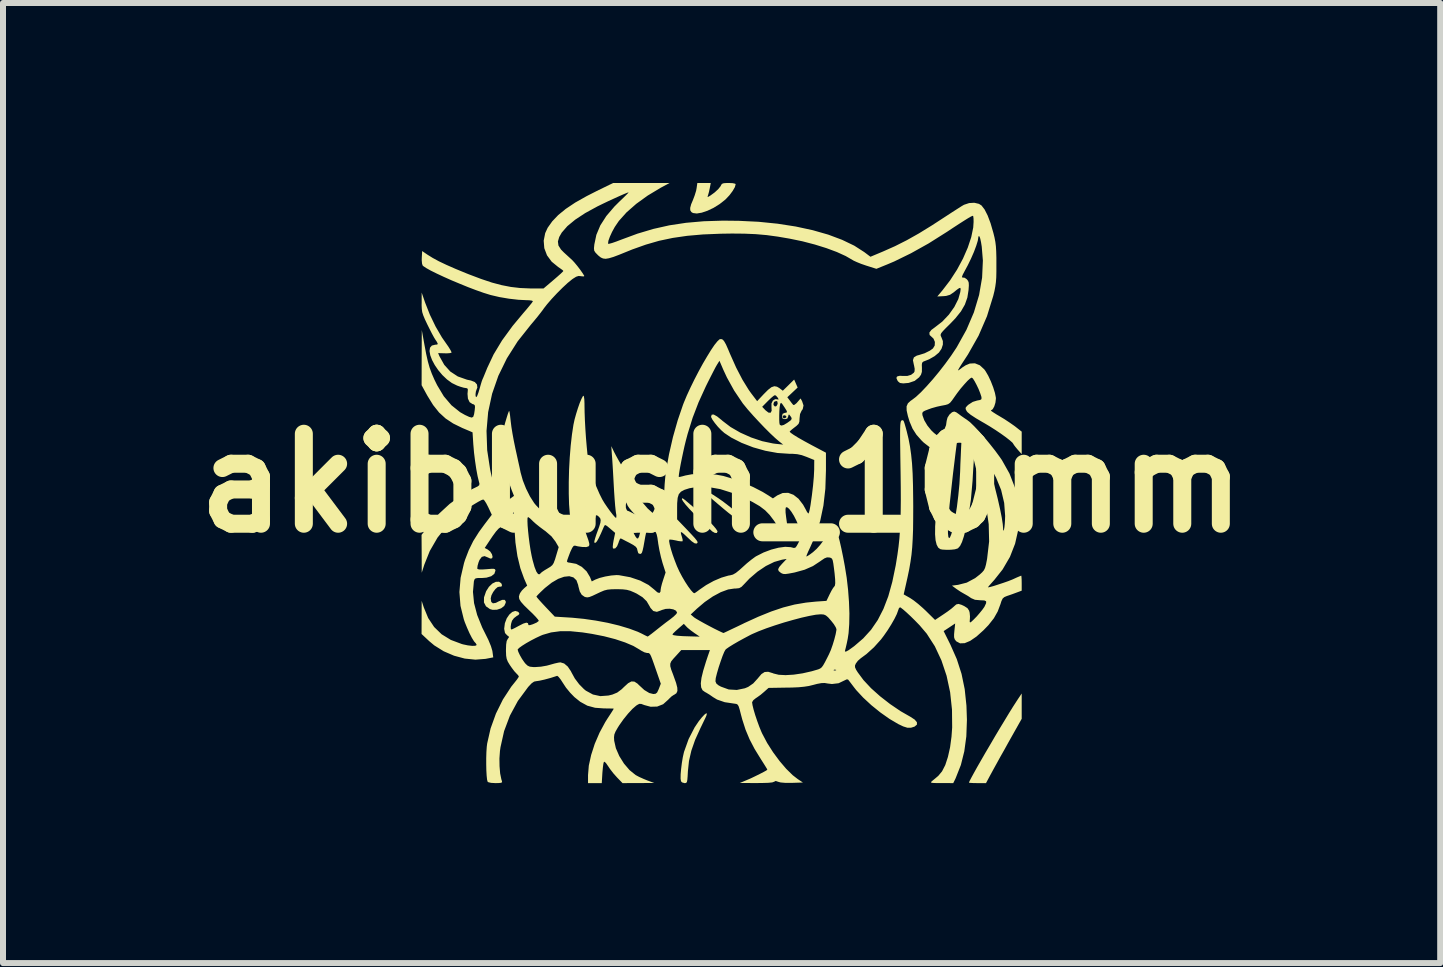
<source format=kicad_pcb>
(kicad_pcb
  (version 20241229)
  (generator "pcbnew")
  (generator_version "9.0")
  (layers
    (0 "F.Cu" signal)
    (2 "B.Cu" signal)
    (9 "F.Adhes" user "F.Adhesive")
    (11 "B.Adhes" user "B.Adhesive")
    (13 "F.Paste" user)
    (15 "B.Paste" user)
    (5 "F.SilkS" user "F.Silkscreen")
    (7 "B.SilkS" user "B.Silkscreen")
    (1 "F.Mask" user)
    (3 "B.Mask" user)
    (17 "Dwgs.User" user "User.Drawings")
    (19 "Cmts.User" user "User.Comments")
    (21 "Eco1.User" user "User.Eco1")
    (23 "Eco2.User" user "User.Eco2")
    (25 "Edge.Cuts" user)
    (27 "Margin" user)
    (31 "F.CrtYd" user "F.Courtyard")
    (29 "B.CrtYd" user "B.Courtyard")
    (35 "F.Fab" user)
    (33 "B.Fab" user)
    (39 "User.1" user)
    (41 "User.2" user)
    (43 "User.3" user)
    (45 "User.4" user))
  (footprint "akiblush_10mm"
    (layer "F.Cu")
    (at 8.979 5.002)
    (property "Reference" "akiblush_10mm" (at 0 0 0) (layer "F.SilkS") (effects (font (size 1.5 1.5) (thickness 0.3))))
    (attr board_only exclude_from_pos_files exclude_from_bom)
    (fp_poly (pts (xy -0.646 0.257) (xy -0.623 0.273) (xy -0.577 0.311) (xy -0.515 0.364) (xy -0.442 0.427) (xy -0.365 0.496) (xy -0.29 0.565) (xy -0.222 0.628) (xy -0.168 0.679) (xy -0.138 0.711) (xy -0.098 0.758) (xy -0.073 0.795) (xy -0.068 0.809) (xy -0.081 0.833) (xy -0.113 0.831) (xy -0.156 0.807) (xy -0.188 0.777) (xy -0.23 0.735) (xy -0.29 0.676) (xy -0.357 0.611) (xy -0.383 0.587) (xy -0.466 0.506) (xy -0.539 0.43) (xy -0.598 0.363) (xy -0.64 0.309) (xy -0.662 0.272) (xy -0.66 0.255)) (stroke (width 0) (type solid)) (fill yes) (layer "F.SilkS"))
    (fp_poly (pts (xy -0.252 0.136) (xy -0.209 0.156) (xy -0.147 0.193) (xy -0.073 0.241) (xy 0.008 0.297) (xy 0.089 0.358) (xy 0.165 0.418) (xy 0.167 0.42) (xy 0.227 0.47) (xy 0.274 0.51) (xy 0.301 0.532) (xy 0.305 0.536) (xy 0.312 0.553) (xy 0.321 0.581) (xy 0.325 0.615) (xy 0.307 0.624) (xy 0.267 0.607) (xy 0.202 0.564) (xy 0.112 0.495) (xy 0.038 0.434) (xy -0.071 0.342) (xy -0.153 0.272) (xy -0.21 0.219) (xy -0.247 0.182) (xy -0.266 0.156) (xy -0.271 0.139) (xy -0.27 0.136)) (stroke (width 0) (type solid)) (fill yes) (layer "F.SilkS"))
    (fp_poly (pts (xy 5.002 3.719) (xy 5.002 3.93) (xy 4.78 4.324) (xy 4.712 4.447) (xy 4.644 4.567) (xy 4.583 4.678) (xy 4.531 4.772) (xy 4.493 4.842) (xy 4.483 4.86) (xy 4.407 5.002) (xy 4.265 5.002) (xy 4.196 5.001) (xy 4.146 4.998) (xy 4.123 4.995) (xy 4.123 4.994) (xy 4.132 4.97) (xy 4.16 4.916) (xy 4.203 4.837) (xy 4.258 4.738) (xy 4.324 4.623) (xy 4.397 4.496) (xy 4.476 4.362) (xy 4.556 4.225) (xy 4.637 4.089) (xy 4.716 3.959) (xy 4.789 3.838) (xy 4.855 3.732) (xy 4.911 3.645) (xy 4.937 3.605) (xy 5.002 3.508)) (stroke (width 0) (type solid)) (fill yes) (layer "F.SilkS"))
    (fp_poly (pts (xy -0.246 3.844) (xy -0.253 3.874) (xy -0.269 3.911) (xy -0.298 3.971) (xy -0.334 4.046) (xy -0.352 4.083) (xy -0.442 4.281) (xy -0.505 4.462) (xy -0.544 4.632) (xy -0.562 4.802) (xy -0.567 4.892) (xy -0.572 4.95) (xy -0.579 4.983) (xy -0.591 4.998) (xy -0.609 5.002) (xy -0.619 5.002) (xy -0.66 4.99) (xy -0.677 4.971) (xy -0.684 4.927) (xy -0.683 4.855) (xy -0.675 4.765) (xy -0.663 4.667) (xy -0.647 4.57) (xy -0.628 4.486) (xy -0.626 4.479) (xy -0.55 4.267) (xy -0.45 4.073) (xy -0.38 3.969) (xy -0.327 3.903) (xy -0.285 3.859) (xy -0.257 3.838)) (stroke (width 0) (type solid)) (fill yes) (layer "F.SilkS"))
    (fp_poly (pts (xy -3.674 1.67) (xy -3.66 1.703) (xy -3.672 1.727) (xy -3.7 1.727) (xy -3.733 1.734) (xy -3.771 1.767) (xy -3.808 1.816) (xy -3.837 1.871) (xy -3.849 1.923) (xy -3.849 1.926) (xy -3.84 1.982) (xy -3.812 2.005) (xy -3.763 1.997) (xy -3.719 1.974) (xy -3.657 1.947) (xy -3.616 1.947) (xy -3.598 1.974) (xy -3.599 1.996) (xy -3.624 2.049) (xy -3.677 2.089) (xy -3.746 2.112) (xy -3.82 2.113) (xy -3.862 2.101) (xy -3.928 2.055) (xy -3.962 1.99) (xy -3.961 1.906) (xy -3.927 1.807) (xy -3.926 1.804) (xy -3.879 1.73) (xy -3.823 1.676) (xy -3.765 1.647) (xy -3.711 1.645)) (stroke (width 0) (type solid)) (fill yes) (layer "F.SilkS"))
    (fp_poly (pts (xy -0.197 -4.919) (xy -0.21 -4.857) (xy -0.224 -4.806) (xy -0.227 -4.797) (xy -0.235 -4.772) (xy -0.227 -4.769) (xy -0.195 -4.788) (xy -0.185 -4.794) (xy -0.114 -4.846) (xy -0.055 -4.901) (xy -0.016 -4.95) (xy -0.009 -4.966) (xy 0.005 -4.987) (xy 0.035 -4.998) (xy 0.092 -5.002) (xy 0.119 -5.002) (xy 0.183 -4.999) (xy 0.224 -4.99) (xy 0.234 -4.982) (xy 0.221 -4.933) (xy 0.184 -4.869) (xy 0.131 -4.798) (xy 0.069 -4.732) (xy 0.058 -4.722) (xy -0.035 -4.649) (xy -0.135 -4.587) (xy -0.236 -4.539) (xy -0.331 -4.507) (xy -0.414 -4.493) (xy -0.477 -4.501) (xy -0.504 -4.517) (xy -0.523 -4.547) (xy -0.524 -4.587) (xy -0.508 -4.647) (xy -0.478 -4.718) (xy -0.449 -4.795) (xy -0.425 -4.873) (xy -0.417 -4.916) (xy -0.405 -5.002) (xy -0.293 -5.002) (xy -0.181 -5.002)) (stroke (width 0) (type solid)) (fill yes) (layer "F.SilkS"))
    (fp_poly (pts (xy -1.339 -5.002) (xy -0.869 -5.001) (xy -1.016 -4.922) (xy -1.232 -4.792) (xy -1.422 -4.655) (xy -1.584 -4.513) (xy -1.713 -4.369) (xy -1.781 -4.269) (xy -1.827 -4.185) (xy -1.863 -4.106) (xy -1.887 -4.04) (xy -1.893 -3.995) (xy -1.892 -3.988) (xy -1.872 -3.989) (xy -1.824 -4.002) (xy -1.755 -4.026) (xy -1.671 -4.058) (xy -1.671 -4.058) (xy -1.403 -4.157) (xy -1.138 -4.236) (xy -0.871 -4.296) (xy -0.593 -4.338) (xy -0.297 -4.364) (xy 0.023 -4.374) (xy 0.288 -4.371) (xy 0.617 -4.355) (xy 0.934 -4.323) (xy 1.236 -4.276) (xy 1.518 -4.215) (xy 1.777 -4.141) (xy 2.009 -4.054) (xy 2.211 -3.957) (xy 2.379 -3.849) (xy 2.38 -3.848) (xy 2.481 -3.772) (xy 2.691 -3.86) (xy 2.891 -3.949) (xy 3.087 -4.048) (xy 3.288 -4.161) (xy 3.504 -4.294) (xy 3.644 -4.385) (xy 3.75 -4.454) (xy 3.848 -4.518) (xy 3.934 -4.573) (xy 4 -4.615) (xy 4.041 -4.639) (xy 4.045 -4.64) (xy 4.126 -4.667) (xy 4.212 -4.672) (xy 4.289 -4.654) (xy 4.332 -4.627) (xy 4.383 -4.561) (xy 4.434 -4.461) (xy 4.483 -4.331) (xy 4.528 -4.176) (xy 4.529 -4.173) (xy 4.549 -4.092) (xy 4.563 -4.019) (xy 4.572 -3.946) (xy 4.577 -3.862) (xy 4.58 -3.757) (xy 4.58 -3.654) (xy 4.58 -3.527) (xy 4.578 -3.428) (xy 4.572 -3.348) (xy 4.562 -3.276) (xy 4.548 -3.202) (xy 4.527 -3.117) (xy 4.423 -2.78) (xy 4.283 -2.456) (xy 4.106 -2.143) (xy 4.051 -2.059) (xy 4.003 -1.986) (xy 3.966 -1.927) (xy 3.944 -1.888) (xy 3.939 -1.876) (xy 3.96 -1.887) (xy 3.998 -1.915) (xy 4.008 -1.924) (xy 4.068 -1.963) (xy 4.135 -1.991) (xy 4.137 -1.992) (xy 4.222 -1.996) (xy 4.304 -1.963) (xy 4.378 -1.895) (xy 4.399 -1.866) (xy 4.444 -1.789) (xy 4.488 -1.695) (xy 4.527 -1.595) (xy 4.556 -1.502) (xy 4.571 -1.427) (xy 4.572 -1.407) (xy 4.564 -1.34) (xy 4.545 -1.278) (xy 4.519 -1.231) (xy 4.49 -1.211) (xy 4.488 -1.211) (xy 4.494 -1.202) (xy 4.527 -1.179) (xy 4.582 -1.144) (xy 4.626 -1.118) (xy 4.713 -1.066) (xy 4.802 -1.007) (xy 4.878 -0.954) (xy 4.894 -0.942) (xy 5.002 -0.857) (xy 5.002 -0.67) (xy 5.002 -0.482) (xy 4.934 -0.558) (xy 4.896 -0.604) (xy 4.871 -0.637) (xy 4.866 -0.647) (xy 4.849 -0.672) (xy 4.805 -0.711) (xy 4.739 -0.763) (xy 4.657 -0.822) (xy 4.565 -0.884) (xy 4.469 -0.945) (xy 4.375 -1.001) (xy 4.357 -1.011) (xy 4.238 -1.081) (xy 4.151 -1.138) (xy 4.098 -1.182) (xy 4.084 -1.2) (xy 4.067 -1.235) (xy 4.07 -1.261) (xy 4.098 -1.292) (xy 4.115 -1.307) (xy 4.187 -1.353) (xy 4.258 -1.375) (xy 4.31 -1.385) (xy 4.331 -1.399) (xy 4.332 -1.426) (xy 4.329 -1.442) (xy 4.31 -1.499) (xy 4.283 -1.567) (xy 4.25 -1.636) (xy 4.217 -1.698) (xy 4.189 -1.742) (xy 4.17 -1.758) (xy 4.17 -1.758) (xy 4.143 -1.744) (xy 4.099 -1.704) (xy 4.045 -1.645) (xy 3.984 -1.574) (xy 3.925 -1.497) (xy 3.886 -1.442) (xy 3.841 -1.378) (xy 3.808 -1.338) (xy 3.775 -1.315) (xy 3.733 -1.302) (xy 3.67 -1.29) (xy 3.669 -1.29) (xy 3.59 -1.273) (xy 3.501 -1.248) (xy 3.451 -1.23) (xy 3.389 -1.206) (xy 3.356 -1.187) (xy 3.345 -1.166) (xy 3.347 -1.135) (xy 3.349 -1.126) (xy 3.378 -1.046) (xy 3.43 -0.958) (xy 3.496 -0.877) (xy 3.541 -0.834) (xy 3.586 -0.799) (xy 3.613 -0.787) (xy 3.635 -0.795) (xy 3.656 -0.812) (xy 3.707 -0.879) (xy 3.741 -0.964) (xy 3.751 -1.036) (xy 3.765 -1.09) (xy 3.798 -1.142) (xy 3.841 -1.18) (xy 3.876 -1.192) (xy 3.91 -1.18) (xy 3.95 -1.152) (xy 3.994 -1.119) (xy 4.053 -1.078) (xy 4.085 -1.057) (xy 4.139 -1.016) (xy 4.209 -0.948) (xy 4.292 -0.86) (xy 4.382 -0.759) (xy 4.472 -0.65) (xy 4.559 -0.54) (xy 4.636 -0.435) (xy 4.672 -0.383) (xy 4.798 -0.159) (xy 4.888 0.072) (xy 4.942 0.308) (xy 4.961 0.546) (xy 4.944 0.781) (xy 4.892 1.011) (xy 4.806 1.231) (xy 4.684 1.44) (xy 4.546 1.614) (xy 4.496 1.67) (xy 4.458 1.713) (xy 4.44 1.736) (xy 4.439 1.739) (xy 4.474 1.733) (xy 4.536 1.716) (xy 4.613 1.691) (xy 4.698 1.663) (xy 4.778 1.635) (xy 4.844 1.609) (xy 4.86 1.602) (xy 4.923 1.573) (xy 4.971 1.553) (xy 4.994 1.544) (xy 4.995 1.544) (xy 4.998 1.561) (xy 5.001 1.608) (xy 5.002 1.669) (xy 5.002 1.794) (xy 4.919 1.825) (xy 4.846 1.852) (xy 4.771 1.878) (xy 4.758 1.882) (xy 4.713 1.901) (xy 4.685 1.925) (xy 4.664 1.968) (xy 4.648 2.019) (xy 4.602 2.141) (xy 4.538 2.254) (xy 4.448 2.368) (xy 4.365 2.454) (xy 4.248 2.559) (xy 4.143 2.631) (xy 4.052 2.669) (xy 3.975 2.672) (xy 3.914 2.64) (xy 3.907 2.633) (xy 3.885 2.604) (xy 3.875 2.57) (xy 3.875 2.52) (xy 3.88 2.465) (xy 3.893 2.341) (xy 3.797 2.405) (xy 3.701 2.468) (xy 3.814 2.695) (xy 3.92 2.935) (xy 3.999 3.18) (xy 4.052 3.436) (xy 4.081 3.712) (xy 4.089 3.947) (xy 4.079 4.223) (xy 4.045 4.473) (xy 3.988 4.7) (xy 3.905 4.91) (xy 3.897 4.929) (xy 3.861 5.002) (xy 3.665 5.001) (xy 3.576 5.001) (xy 3.521 4.999) (xy 3.494 4.994) (xy 3.49 4.986) (xy 3.502 4.972) (xy 3.512 4.964) (xy 3.557 4.927) (xy 3.609 4.883) (xy 3.614 4.878) (xy 3.674 4.806) (xy 3.728 4.701) (xy 3.772 4.566) (xy 3.808 4.406) (xy 3.832 4.227) (xy 3.843 4.074) (xy 3.84 3.776) (xy 3.809 3.487) (xy 3.75 3.213) (xy 3.664 2.956) (xy 3.554 2.721) (xy 3.419 2.511) (xy 3.3 2.371) (xy 3.224 2.293) (xy 3.15 2.22) (xy 3.081 2.156) (xy 3.025 2.107) (xy 2.986 2.077) (xy 2.973 2.071) (xy 2.955 2.088) (xy 2.941 2.127) (xy 2.92 2.185) (xy 2.881 2.264) (xy 2.828 2.357) (xy 2.767 2.454) (xy 2.703 2.546) (xy 2.656 2.608) (xy 2.539 2.738) (xy 2.414 2.851) (xy 2.319 2.921) (xy 2.271 2.963) (xy 2.237 3.009) (xy 2.223 3.042) (xy 2.224 3.072) (xy 2.241 3.111) (xy 2.27 3.157) (xy 2.365 3.285) (xy 2.491 3.42) (xy 2.641 3.554) (xy 2.808 3.684) (xy 2.985 3.804) (xy 3.146 3.896) (xy 3.218 3.943) (xy 3.255 3.987) (xy 3.256 4.026) (xy 3.219 4.058) (xy 3.213 4.061) (xy 3.156 4.079) (xy 3.097 4.079) (xy 3.027 4.057) (xy 2.945 4.018) (xy 2.799 3.932) (xy 2.646 3.824) (xy 2.496 3.703) (xy 2.359 3.576) (xy 2.244 3.452) (xy 2.207 3.405) (xy 2.163 3.347) (xy 2.128 3.301) (xy 2.108 3.276) (xy 2.108 3.275) (xy 2.084 3.273) (xy 2.048 3.29) (xy 1.95 3.337) (xy 1.839 3.35) (xy 1.771 3.342) (xy 1.717 3.333) (xy 1.662 3.335) (xy 1.592 3.348) (xy 1.531 3.364) (xy 1.454 3.383) (xy 1.375 3.395) (xy 1.283 3.404) (xy 1.168 3.409) (xy 1.08 3.41) (xy 0.782 3.415) (xy 0.707 3.482) (xy 0.649 3.531) (xy 0.59 3.573) (xy 0.57 3.586) (xy 0.529 3.619) (xy 0.509 3.651) (xy 0.508 3.656) (xy 0.515 3.703) (xy 0.533 3.777) (xy 0.56 3.868) (xy 0.593 3.966) (xy 0.628 4.062) (xy 0.662 4.145) (xy 0.676 4.176) (xy 0.759 4.333) (xy 0.858 4.488) (xy 0.966 4.634) (xy 1.077 4.764) (xy 1.185 4.87) (xy 1.269 4.935) (xy 1.355 4.992) (xy 1.171 4.998) (xy 1.062 4.998) (xy 0.983 4.991) (xy 0.943 4.98) (xy 0.902 4.966) (xy 0.875 4.979) (xy 0.845 4.99) (xy 0.778 4.997) (xy 0.675 5) (xy 0.577 5.001) (xy 0.303 5) (xy 0.41 4.955) (xy 0.483 4.924) (xy 0.56 4.887) (xy 0.635 4.85) (xy 0.699 4.817) (xy 0.744 4.792) (xy 0.762 4.778) (xy 0.762 4.778) (xy 0.752 4.758) (xy 0.725 4.714) (xy 0.686 4.652) (xy 0.657 4.607) (xy 0.55 4.433) (xy 0.466 4.272) (xy 0.399 4.112) (xy 0.344 3.941) (xy 0.322 3.859) (xy 0.301 3.777) (xy 0.285 3.725) (xy 0.269 3.696) (xy 0.249 3.683) (xy 0.221 3.678) (xy 0.212 3.677) (xy 0.051 3.653) (xy -0.076 3.609) (xy -0.142 3.569) (xy -0.201 3.528) (xy -0.257 3.494) (xy -0.278 3.483) (xy -0.318 3.454) (xy -0.341 3.407) (xy -0.347 3.34) (xy -0.343 3.305) (xy -0.103 3.305) (xy -0.088 3.342) (xy -0.052 3.372) (xy -0.011 3.394) (xy 0.118 3.441) (xy 0.253 3.449) (xy 0.388 3.421) (xy 0.443 3.398) (xy 0.527 3.34) (xy 0.607 3.252) (xy 0.607 3.251) (xy 0.664 3.184) (xy 0.717 3.15) (xy 0.776 3.146) (xy 0.852 3.169) (xy 0.866 3.175) (xy 0.952 3.196) (xy 1.066 3.202) (xy 1.201 3.194) (xy 1.35 3.172) (xy 1.504 3.137) (xy 1.558 3.121) (xy 1.865 3.121) (xy 1.884 3.125) (xy 1.909 3.121) (xy 1.909 3.114) (xy 1.883 3.11) (xy 1.872 3.113) (xy 1.865 3.121) (xy 1.558 3.121) (xy 1.573 3.117) (xy 1.613 3.105) (xy 1.644 3.091) (xy 1.669 3.071) (xy 1.693 3.038) (xy 1.723 2.985) (xy 1.763 2.907) (xy 1.789 2.855) (xy 1.82 2.785) (xy 1.851 2.697) (xy 1.879 2.605) (xy 1.901 2.519) (xy 1.913 2.453) (xy 1.914 2.436) (xy 1.902 2.404) (xy 1.871 2.353) (xy 1.826 2.296) (xy 1.824 2.294) (xy 1.775 2.238) (xy 1.738 2.207) (xy 1.704 2.192) (xy 1.66 2.188) (xy 1.648 2.188) (xy 1.569 2.195) (xy 1.461 2.215) (xy 1.332 2.244) (xy 1.189 2.282) (xy 1.038 2.325) (xy 0.887 2.373) (xy 0.744 2.422) (xy 0.616 2.471) (xy 0.51 2.517) (xy 0.485 2.529) (xy 0.383 2.583) (xy 0.284 2.637) (xy 0.196 2.688) (xy 0.125 2.732) (xy 0.078 2.765) (xy 0.064 2.778) (xy 0.043 2.816) (xy 0.015 2.884) (xy -0.016 2.972) (xy -0.049 3.071) (xy -0.078 3.171) (xy -0.098 3.251) (xy -0.103 3.305) (xy -0.343 3.305) (xy -0.336 3.248) (xy -0.307 3.129) (xy -0.261 2.978) (xy -0.254 2.957) (xy -0.229 2.882) (xy -0.209 2.824) (xy -0.197 2.79) (xy -0.196 2.784) (xy -0.214 2.784) (xy -0.264 2.784) (xy -0.338 2.784) (xy -0.428 2.784) (xy -0.434 2.784) (xy -0.673 2.784) (xy -0.751 2.87) (xy -0.805 2.929) (xy -0.84 2.972) (xy -0.856 3.011) (xy -0.856 3.053) (xy -0.84 3.111) (xy -0.809 3.192) (xy -0.798 3.223) (xy -0.759 3.332) (xy -0.739 3.411) (xy -0.737 3.466) (xy -0.754 3.504) (xy -0.789 3.528) (xy -0.798 3.532) (xy -0.834 3.556) (xy -0.877 3.597) (xy -0.889 3.61) (xy -0.975 3.687) (xy -1.074 3.726) (xy -1.184 3.729) (xy -1.288 3.701) (xy -1.339 3.682) (xy -1.373 3.681) (xy -1.407 3.699) (xy -1.425 3.711) (xy -1.487 3.765) (xy -1.56 3.844) (xy -1.636 3.938) (xy -1.706 4.037) (xy -1.73 4.075) (xy -1.768 4.141) (xy -1.788 4.19) (xy -1.794 4.237) (xy -1.791 4.295) (xy -1.763 4.42) (xy -1.706 4.551) (xy -1.628 4.676) (xy -1.535 4.785) (xy -1.434 4.867) (xy -1.432 4.868) (xy -1.374 4.899) (xy -1.298 4.933) (xy -1.242 4.956) (xy -1.123 5) (xy -1.388 5.001) (xy -1.652 5.002) (xy -1.742 4.909) (xy -1.802 4.842) (xy -1.86 4.767) (xy -1.891 4.721) (xy -1.929 4.666) (xy -1.955 4.645) (xy -1.963 4.65) (xy -1.971 4.679) (xy -1.979 4.737) (xy -1.986 4.812) (xy -1.988 4.838) (xy -1.998 5.002) (xy -2.113 5.002) (xy -2.227 5.002) (xy -2.227 4.869) (xy -2.214 4.71) (xy -2.175 4.533) (xy -2.115 4.347) (xy -2.035 4.161) (xy -1.94 3.985) (xy -1.899 3.92) (xy -1.855 3.853) (xy -1.821 3.8) (xy -1.801 3.767) (xy -1.798 3.761) (xy -1.816 3.759) (xy -1.864 3.758) (xy -1.932 3.757) (xy -1.959 3.757) (xy -2.11 3.746) (xy -2.239 3.711) (xy -2.357 3.646) (xy -2.454 3.568) (xy -2.524 3.496) (xy -2.594 3.411) (xy -2.644 3.335) (xy -2.683 3.275) (xy -2.717 3.232) (xy -2.739 3.214) (xy -2.742 3.214) (xy -2.852 3.249) (xy -2.952 3.276) (xy -3.032 3.294) (xy -3.084 3.302) (xy -3.088 3.302) (xy -3.126 3.31) (xy -3.167 3.338) (xy -3.219 3.393) (xy -3.229 3.405) (xy -3.397 3.633) (xy -3.529 3.877) (xy -3.626 4.135) (xy -3.686 4.403) (xy -3.695 4.466) (xy -3.704 4.592) (xy -3.702 4.72) (xy -3.692 4.84) (xy -3.672 4.938) (xy -3.662 4.969) (xy -3.66 4.987) (xy -3.677 4.997) (xy -3.72 5.001) (xy -3.768 5.002) (xy -3.842 4.998) (xy -3.889 4.987) (xy -3.901 4.978) (xy -3.91 4.943) (xy -3.917 4.877) (xy -3.922 4.79) (xy -3.924 4.69) (xy -3.924 4.585) (xy -3.921 4.484) (xy -3.915 4.396) (xy -3.908 4.341) (xy -3.851 4.09) (xy -3.762 3.843) (xy -3.646 3.608) (xy -3.507 3.395) (xy -3.451 3.325) (xy -3.412 3.276) (xy -3.387 3.239) (xy -3.38 3.225) (xy -3.393 3.203) (xy -3.422 3.173) (xy -3.456 3.136) (xy -3.498 3.08) (xy -3.53 3.034) (xy -3.564 2.978) (xy -3.583 2.93) (xy -3.592 2.877) (xy -3.595 2.803) (xy -3.595 2.782) (xy -3.595 2.777) (xy -3.4 2.777) (xy -3.389 2.814) (xy -3.363 2.869) (xy -3.327 2.932) (xy -3.289 2.987) (xy -3.267 3.014) (xy -3.233 3.045) (xy -3.197 3.061) (xy -3.143 3.067) (xy -3.098 3.067) (xy -3.012 3.061) (xy -2.915 3.044) (xy -2.856 3.028) (xy -2.785 3.008) (xy -2.723 2.994) (xy -2.687 2.989) (xy -2.625 3.008) (xy -2.565 3.059) (xy -2.513 3.136) (xy -2.501 3.16) (xy -2.447 3.258) (xy -2.374 3.355) (xy -2.295 3.435) (xy -2.263 3.461) (xy -2.145 3.525) (xy -2.021 3.552) (xy -1.887 3.542) (xy -1.821 3.526) (xy -1.741 3.493) (xy -1.667 3.438) (xy -1.627 3.399) (xy -1.559 3.337) (xy -1.504 3.307) (xy -1.454 3.31) (xy -1.403 3.343) (xy -1.38 3.366) (xy -1.289 3.45) (xy -1.206 3.5) (xy -1.138 3.517) (xy -1.1 3.512) (xy -1.075 3.491) (xy -1.052 3.443) (xy -1.047 3.431) (xy -1.014 3.345) (xy -1.091 3.123) (xy -1.129 3.014) (xy -1.157 2.936) (xy -1.177 2.885) (xy -1.193 2.854) (xy -1.207 2.839) (xy -1.221 2.833) (xy -1.239 2.833) (xy -1.243 2.833) (xy -1.286 2.822) (xy -1.342 2.793) (xy -1.368 2.776) (xy -1.472 2.715) (xy -1.609 2.657) (xy -1.774 2.602) (xy -1.96 2.554) (xy -2.163 2.514) (xy -2.318 2.49) (xy -2.519 2.47) (xy -2.692 2.47) (xy -2.843 2.49) (xy -2.981 2.53) (xy -3.015 2.544) (xy -3.094 2.581) (xy -3.177 2.624) (xy -3.257 2.669) (xy -3.325 2.712) (xy -3.375 2.748) (xy -3.399 2.773) (xy -3.4 2.777) (xy -3.595 2.777) (xy -3.592 2.692) (xy -3.583 2.633) (xy -3.565 2.598) (xy -3.564 2.597) (xy -3.544 2.569) (xy -3.555 2.551) (xy -3.572 2.542) (xy -3.611 2.5) (xy -3.625 2.43) (xy -3.613 2.337) (xy -3.612 2.334) (xy -3.582 2.255) (xy -3.539 2.192) (xy -3.49 2.149) (xy -3.44 2.132) (xy -3.395 2.145) (xy -3.381 2.158) (xy -3.371 2.181) (xy -3.39 2.202) (xy -3.414 2.215) (xy -3.462 2.252) (xy -3.494 2.295) (xy -3.509 2.344) (xy -3.516 2.393) (xy -3.514 2.431) (xy -3.504 2.442) (xy -3.481 2.433) (xy -3.435 2.41) (xy -3.387 2.384) (xy -3.307 2.343) (xy -3.255 2.327) (xy -3.228 2.336) (xy -3.224 2.353) (xy -3.219 2.369) (xy -3.197 2.369) (xy -3.151 2.355) (xy -3.136 2.349) (xy -3.084 2.326) (xy -3.053 2.303) (xy -3.048 2.294) (xy -3.062 2.273) (xy -3.098 2.231) (xy -3.152 2.175) (xy -3.214 2.116) (xy -3.293 2.039) (xy -3.345 1.98) (xy -3.373 1.934) (xy -3.379 1.893) (xy -3.379 1.892) (xy -3.087 1.892) (xy -3.074 1.911) (xy -3.04 1.951) (xy -2.989 2.007) (xy -2.934 2.066) (xy -2.781 2.227) (xy -2.49 2.245) (xy -2.296 2.264) (xy -2.096 2.293) (xy -1.898 2.33) (xy -1.711 2.375) (xy -1.541 2.426) (xy -1.398 2.479) (xy -1.33 2.511) (xy -1.278 2.538) (xy -1.242 2.555) (xy -1.233 2.559) (xy -1.215 2.548) (xy -1.184 2.524) (xy -0.821 2.524) (xy -0.801 2.536) (xy -0.743 2.545) (xy -0.648 2.552) (xy -0.519 2.556) (xy -0.365 2.56) (xy -0.451 2.502) (xy -0.512 2.458) (xy -0.566 2.414) (xy -0.584 2.396) (xy -0.63 2.347) (xy -0.725 2.429) (xy -0.774 2.473) (xy -0.809 2.508) (xy -0.821 2.524) (xy -1.184 2.524) (xy -1.175 2.518) (xy -1.119 2.474) (xy -1.096 2.456) (xy -1.017 2.393) (xy -0.932 2.327) (xy -0.858 2.272) (xy -0.855 2.27) (xy -0.799 2.225) (xy -0.764 2.191) (xy -0.515 2.191) (xy -0.458 2.24) (xy -0.426 2.261) (xy -0.368 2.295) (xy -0.293 2.337) (xy -0.209 2.382) (xy -0.125 2.426) (xy -0.05 2.463) (xy 0.007 2.49) (xy 0.031 2.5) (xy 0.049 2.492) (xy 0.096 2.47) (xy 0.167 2.436) (xy 0.258 2.393) (xy 0.362 2.343) (xy 0.373 2.337) (xy 0.612 2.228) (xy 0.827 2.141) (xy 1.026 2.074) (xy 1.217 2.025) (xy 1.406 1.993) (xy 1.572 1.976) (xy 1.748 1.964) (xy 1.801 1.853) (xy 1.832 1.793) (xy 1.859 1.748) (xy 1.874 1.73) (xy 1.888 1.71) (xy 1.894 1.669) (xy 1.892 1.603) (xy 1.883 1.505) (xy 1.873 1.424) (xy 1.862 1.342) (xy 1.852 1.29) (xy 1.84 1.262) (xy 1.822 1.248) (xy 1.797 1.241) (xy 1.757 1.239) (xy 1.715 1.255) (xy 1.657 1.294) (xy 1.648 1.301) (xy 1.522 1.384) (xy 1.383 1.445) (xy 1.22 1.49) (xy 1.196 1.495) (xy 1.115 1.51) (xy 1.062 1.517) (xy 1.027 1.515) (xy 1.001 1.505) (xy 0.986 1.496) (xy 0.951 1.467) (xy 0.942 1.437) (xy 0.961 1.399) (xy 1.008 1.345) (xy 1.011 1.342) (xy 1.084 1.265) (xy 1.006 1.278) (xy 0.877 1.315) (xy 0.738 1.383) (xy 0.598 1.477) (xy 0.463 1.593) (xy 0.376 1.685) (xy 0.332 1.73) (xy 0.293 1.752) (xy 0.239 1.758) (xy 0.215 1.758) (xy 0.108 1.774) (xy -0.014 1.819) (xy -0.146 1.89) (xy -0.281 1.983) (xy -0.413 2.095) (xy -0.418 2.1) (xy -0.515 2.191) (xy -0.764 2.191) (xy -0.759 2.187) (xy -0.743 2.162) (xy -0.742 2.162) (xy -0.76 2.128) (xy -0.804 2.106) (xy -0.866 2.095) (xy -0.933 2.098) (xy -0.996 2.116) (xy -1.011 2.123) (xy -1.08 2.147) (xy -1.139 2.133) (xy -1.186 2.081) (xy -1.201 2.053) (xy -1.25 1.97) (xy -1.319 1.903) (xy -1.416 1.843) (xy -1.456 1.824) (xy -1.521 1.796) (xy -1.58 1.78) (xy -1.647 1.772) (xy -1.738 1.769) (xy -1.749 1.769) (xy -1.837 1.771) (xy -1.902 1.777) (xy -1.958 1.791) (xy -2.022 1.818) (xy -2.077 1.844) (xy -2.153 1.88) (xy -2.204 1.9) (xy -2.24 1.906) (xy -2.27 1.901) (xy -2.285 1.896) (xy -2.332 1.863) (xy -2.365 1.807) (xy -2.388 1.72) (xy -2.392 1.698) (xy -2.42 1.621) (xy -2.47 1.573) (xy -2.54 1.553) (xy -2.626 1.562) (xy -2.724 1.597) (xy -2.832 1.66) (xy -2.946 1.75) (xy -2.962 1.765) (xy -3.018 1.818) (xy -3.061 1.861) (xy -3.085 1.888) (xy -3.087 1.892) (xy -3.379 1.892) (xy -3.368 1.853) (xy -3.358 1.832) (xy -3.328 1.79) (xy -3.289 1.751) (xy -3.241 1.71) (xy -3.293 1.592) (xy -3.355 1.42) (xy -3.404 1.218) (xy -3.437 0.992) (xy -3.452 0.776) (xy -3.458 0.635) (xy -3.237 0.635) (xy -3.234 0.709) (xy -3.226 0.802) (xy -3.215 0.905) (xy -3.201 1.013) (xy -3.185 1.118) (xy -3.167 1.213) (xy -3.152 1.28) (xy -3.119 1.398) (xy -3.088 1.477) (xy -3.059 1.518) (xy -3.032 1.52) (xy -3.018 1.504) (xy -2.996 1.484) (xy -2.95 1.453) (xy -2.906 1.427) (xy -2.855 1.396) (xy -2.822 1.368) (xy -2.799 1.332) (xy -2.791 1.309) (xy -2.579 1.309) (xy -2.562 1.323) (xy -2.522 1.329) (xy -2.424 1.347) (xy -2.331 1.397) (xy -2.251 1.472) (xy -2.195 1.565) (xy -2.194 1.567) (xy -2.165 1.64) (xy -2.107 1.61) (xy -2.034 1.582) (xy -1.94 1.558) (xy -1.84 1.541) (xy -1.751 1.534) (xy -1.711 1.536) (xy -1.523 1.57) (xy -1.357 1.626) (xy -1.218 1.699) (xy -1.124 1.775) (xy -1.072 1.821) (xy -1.038 1.833) (xy -1.02 1.812) (xy -1.016 1.774) (xy -1.01 1.738) (xy -0.995 1.679) (xy -0.975 1.615) (xy -0.934 1.491) (xy -0.985 1.332) (xy -1.012 1.232) (xy -1.038 1.116) (xy -1.057 1.008) (xy -1.058 0.997) (xy -1.062 0.971) (xy -0.875 0.971) (xy -0.865 1.026) (xy -0.845 1.103) (xy -0.817 1.193) (xy -0.782 1.29) (xy -0.745 1.385) (xy -0.706 1.471) (xy -0.659 1.56) (xy -0.608 1.647) (xy -0.557 1.725) (xy -0.511 1.787) (xy -0.475 1.826) (xy -0.456 1.837) (xy -0.435 1.826) (xy -0.396 1.798) (xy -0.374 1.781) (xy -0.258 1.701) (xy -0.131 1.631) (xy -0.004 1.577) (xy 0.111 1.543) (xy 0.142 1.538) (xy 0.188 1.526) (xy 0.237 1.498) (xy 0.298 1.449) (xy 0.351 1.401) (xy 0.422 1.337) (xy 0.496 1.277) (xy 0.56 1.23) (xy 0.578 1.219) (xy 0.698 1.158) (xy 0.825 1.11) (xy 0.948 1.078) (xy 1.06 1.063) (xy 1.151 1.069) (xy 1.168 1.073) (xy 1.204 1.082) (xy 1.229 1.077) (xy 1.25 1.051) (xy 1.279 0.999) (xy 1.283 0.99) (xy 1.312 0.929) (xy 1.323 0.886) (xy 1.321 0.842) (xy 1.311 0.801) (xy 1.283 0.714) (xy 1.246 0.627) (xy 1.205 0.546) (xy 1.162 0.477) (xy 1.123 0.428) (xy 1.09 0.403) (xy 1.071 0.406) (xy 1.065 0.434) (xy 1.066 0.492) (xy 1.075 0.568) (xy 1.089 0.668) (xy 1.097 0.736) (xy 1.099 0.779) (xy 1.094 0.802) (xy 1.083 0.813) (xy 1.068 0.817) (xy 1.037 0.815) (xy 1.003 0.795) (xy 0.962 0.751) (xy 0.908 0.68) (xy 0.869 0.622) (xy 0.8 0.531) (xy 0.725 0.454) (xy 0.634 0.385) (xy 0.519 0.318) (xy 0.43 0.272) (xy 0.194 0.17) (xy -0.024 0.101) (xy -0.224 0.066) (xy -0.405 0.064) (xy -0.538 0.087) (xy -0.62 0.113) (xy -0.678 0.144) (xy -0.714 0.186) (xy -0.733 0.247) (xy -0.741 0.335) (xy -0.742 0.412) (xy -0.742 0.605) (xy -0.581 0.773) (xy -0.503 0.856) (xy -0.448 0.916) (xy -0.416 0.956) (xy -0.401 0.982) (xy -0.403 0.998) (xy -0.417 1.008) (xy -0.421 1.009) (xy -0.451 1.004) (xy -0.499 0.971) (xy -0.567 0.908) (xy -0.568 0.907) (xy -0.628 0.85) (xy -0.664 0.821) (xy -0.68 0.82) (xy -0.677 0.848) (xy -0.662 0.897) (xy -0.65 0.942) (xy -0.65 0.969) (xy -0.651 0.97) (xy -0.675 0.972) (xy -0.724 0.966) (xy -0.762 0.957) (xy -0.82 0.946) (xy -0.861 0.942) (xy -0.872 0.944) (xy -0.875 0.971) (xy -1.062 0.971) (xy -1.07 0.913) (xy -1.082 0.858) (xy -1.096 0.823) (xy -1.119 0.797) (xy -1.151 0.773) (xy -1.196 0.746) (xy -1.228 0.736) (xy -1.235 0.739) (xy -1.244 0.763) (xy -1.257 0.818) (xy -1.273 0.894) (xy -1.286 0.968) (xy -1.303 1.063) (xy -1.317 1.125) (xy -1.329 1.161) (xy -1.343 1.178) (xy -1.36 1.182) (xy -1.389 1.17) (xy -1.402 1.128) (xy -1.403 1.123) (xy -1.411 1.09) (xy -1.431 1.062) (xy -1.473 1.032) (xy -1.538 0.996) (xy -1.603 0.963) (xy -1.654 0.936) (xy -1.681 0.923) (xy -1.683 0.922) (xy -1.696 0.935) (xy -1.713 0.975) (xy -1.719 0.996) (xy -1.743 1.054) (xy -1.773 1.089) (xy -1.803 1.093) (xy -1.812 1.086) (xy -1.815 1.062) (xy -1.81 1.011) (xy -1.8 0.953) (xy -1.775 0.831) (xy -1.859 0.759) (xy -1.907 0.719) (xy -1.935 0.701) (xy -1.95 0.705) (xy -1.962 0.727) (xy -1.963 0.729) (xy -2.011 0.839) (xy -2.048 0.917) (xy -2.076 0.967) (xy -2.096 0.992) (xy -2.113 0.997) (xy -2.123 0.99) (xy -2.121 0.968) (xy -2.108 0.919) (xy -2.086 0.851) (xy -2.073 0.816) (xy -2.04 0.725) (xy -2.021 0.662) (xy -2.016 0.62) (xy -2.023 0.59) (xy -2.042 0.566) (xy -2.051 0.557) (xy -2.074 0.54) (xy -2.094 0.537) (xy -2.122 0.553) (xy -2.167 0.592) (xy -2.183 0.606) (xy -2.234 0.652) (xy -2.273 0.687) (xy -2.292 0.703) (xy -2.292 0.726) (xy -2.281 0.776) (xy -2.259 0.845) (xy -2.249 0.874) (xy -2.221 0.953) (xy -2.207 1.004) (xy -2.205 1.034) (xy -2.215 1.052) (xy -2.218 1.055) (xy -2.256 1.067) (xy -2.32 1.066) (xy -2.398 1.055) (xy -2.445 1.043) (xy -2.467 1.048) (xy -2.49 1.079) (xy -2.519 1.14) (xy -2.528 1.162) (xy -2.553 1.228) (xy -2.572 1.281) (xy -2.579 1.309) (xy -2.579 1.309) (xy -2.791 1.309) (xy -2.778 1.276) (xy -2.761 1.219) (xy -2.716 1.068) (xy -2.77 0.975) (xy -2.837 0.888) (xy -2.938 0.801) (xy -2.961 0.785) (xy -3.032 0.732) (xy -3.099 0.678) (xy -3.148 0.634) (xy -3.154 0.627) (xy -3.193 0.59) (xy -3.222 0.569) (xy -3.228 0.567) (xy -3.236 0.585) (xy -3.237 0.635) (xy -3.458 0.635) (xy -3.464 0.487) (xy -3.52 0.541) (xy -3.562 0.592) (xy -3.59 0.647) (xy -3.592 0.654) (xy -3.616 0.702) (xy -3.645 0.72) (xy -3.681 0.733) (xy -3.719 0.761) (xy -3.762 0.809) (xy -3.817 0.884) (xy -3.852 0.936) (xy -3.949 1.082) (xy -3.898 1.109) (xy -3.857 1.142) (xy -3.828 1.188) (xy -3.818 1.231) (xy -3.827 1.255) (xy -3.856 1.259) (xy -3.895 1.241) (xy -3.952 1.218) (xy -3.998 1.231) (xy -4.036 1.282) (xy -4.052 1.322) (xy -4.068 1.378) (xy -4.073 1.42) (xy -4.071 1.431) (xy -4.045 1.44) (xy -3.987 1.441) (xy -3.915 1.436) (xy -3.841 1.43) (xy -3.798 1.43) (xy -3.778 1.437) (xy -3.771 1.452) (xy -3.771 1.462) (xy -3.789 1.514) (xy -3.84 1.553) (xy -3.919 1.577) (xy -3.996 1.583) (xy -4.063 1.583) (xy -4.1 1.589) (xy -4.118 1.604) (xy -4.128 1.632) (xy -4.13 1.644) (xy -4.145 1.814) (xy -4.127 2.001) (xy -4.075 2.199) (xy -3.991 2.408) (xy -3.949 2.492) (xy -3.888 2.615) (xy -3.845 2.719) (xy -3.822 2.797) (xy -3.82 2.809) (xy -3.807 2.906) (xy -3.936 2.931) (xy -4.104 2.944) (xy -4.282 2.926) (xy -4.461 2.878) (xy -4.633 2.804) (xy -4.79 2.706) (xy -4.876 2.634) (xy -5.002 2.516) (xy -5.001 2.24) (xy -5 1.964) (xy -4.965 2.072) (xy -4.891 2.251) (xy -4.792 2.4) (xy -4.667 2.521) (xy -4.514 2.615) (xy -4.332 2.683) (xy -4.311 2.689) (xy -4.23 2.706) (xy -4.16 2.714) (xy -4.108 2.713) (xy -4.084 2.701) (xy -4.084 2.697) (xy -4.098 2.671) (xy -4.101 2.668) (xy -4.127 2.639) (xy -4.163 2.581) (xy -4.203 2.503) (xy -4.243 2.413) (xy -4.281 2.32) (xy -4.298 2.27) (xy -4.353 2.047) (xy -4.371 1.817) (xy -4.351 1.58) (xy -4.294 1.334) (xy -4.277 1.28) (xy -4.215 1.119) (xy -4.141 0.968) (xy -4.046 0.817) (xy -3.955 0.692) (xy -3.831 0.529) (xy -3.891 0.401) (xy -3.923 0.339) (xy -3.952 0.293) (xy -3.973 0.274) (xy -3.974 0.274) (xy -4.003 0.284) (xy -4.056 0.312) (xy -4.125 0.353) (xy -4.201 0.401) (xy -4.277 0.451) (xy -4.344 0.499) (xy -4.377 0.524) (xy -4.573 0.708) (xy -4.736 0.91) (xy -4.865 1.133) (xy -4.955 1.358) (xy -4.999 1.495) (xy -5 1.179) (xy -5.002 0.864) (xy -4.866 0.688) (xy -4.711 0.511) (xy -4.534 0.348) (xy -4.343 0.208) (xy -4.149 0.096) (xy -4.119 0.082) (xy -4.111 0.078) (xy -3.595 0.078) (xy -3.594 0.165) (xy -3.591 0.234) (xy -3.587 0.28) (xy -3.583 0.293) (xy -3.561 0.283) (xy -3.522 0.258) (xy -3.516 0.254) (xy -3.461 0.214) (xy -3.498 0.122) (xy -3.525 0.047) (xy -3.55 -0.031) (xy -3.556 -0.054) (xy -3.571 -0.104) (xy -3.583 -0.133) (xy -3.586 -0.137) (xy -3.59 -0.119) (xy -3.593 -0.069) (xy -3.595 0.004) (xy -3.595 0.078) (xy -4.111 0.078) (xy -4.066 0.056) (xy -4.041 0.036) (xy -4.037 0.01) (xy -4.046 -0.024) (xy -4.068 -0.115) (xy -4.09 -0.234) (xy -4.11 -0.368) (xy -4.127 -0.504) (xy -4.138 -0.632) (xy -4.139 -0.642) (xy -4.152 -0.845) (xy -4.207 -0.869) (xy -3.919 -0.869) (xy -3.908 -0.548) (xy -3.858 -0.222) (xy -3.846 -0.166) (xy -3.827 -0.087) (xy -3.809 -0.023) (xy -3.796 0.017) (xy -3.791 0.025) (xy -3.784 0.014) (xy -3.777 -0.03) (xy -3.77 -0.098) (xy -3.765 -0.17) (xy -3.757 -0.281) (xy -3.744 -0.399) (xy -3.729 -0.506) (xy -3.722 -0.547) (xy -3.706 -0.623) (xy -3.685 -0.714) (xy -3.66 -0.814) (xy -3.633 -0.914) (xy -3.607 -1.01) (xy -3.582 -1.093) (xy -3.562 -1.157) (xy -3.547 -1.195) (xy -3.541 -1.203) (xy -3.535 -1.18) (xy -3.527 -1.129) (xy -3.519 -1.057) (xy -3.515 -1.022) (xy -3.504 -0.934) (xy -3.486 -0.823) (xy -3.464 -0.703) (xy -3.44 -0.587) (xy -3.44 -0.586) (xy -3.415 -0.473) (xy -3.39 -0.358) (xy -3.367 -0.255) (xy -3.351 -0.176) (xy -3.35 -0.173) (xy -3.314 -0.044) (xy -3.26 0.093) (xy -3.195 0.223) (xy -3.124 0.334) (xy -3.095 0.369) (xy -3.043 0.423) (xy -2.973 0.486) (xy -2.893 0.553) (xy -2.807 0.621) (xy -2.721 0.685) (xy -2.64 0.74) (xy -2.572 0.783) (xy -2.52 0.81) (xy -2.491 0.817) (xy -2.489 0.815) (xy -2.488 0.793) (xy -2.494 0.742) (xy -2.506 0.671) (xy -2.514 0.632) (xy -2.531 0.51) (xy -2.543 0.356) (xy -2.548 0.178) (xy -2.548 0.1) (xy -2.368 0.1) (xy -2.367 0.183) (xy -2.364 0.268) (xy -2.36 0.343) (xy -2.355 0.4) (xy -2.352 0.415) (xy -2.342 0.468) (xy -2.273 0.401) (xy -2.205 0.335) (xy -2.275 0.16) (xy -2.305 0.082) (xy -2.329 0.016) (xy -2.342 -0.028) (xy -2.345 -0.04) (xy -2.352 -0.055) (xy -2.358 -0.052) (xy -2.363 -0.027) (xy -2.366 0.026) (xy -2.368 0.1) (xy -2.548 0.1) (xy -2.548 -0.016) (xy -2.543 -0.219) (xy -2.532 -0.424) (xy -2.516 -0.623) (xy -2.495 -0.808) (xy -2.47 -0.973) (xy -2.469 -0.977) (xy -2.451 -1.061) (xy -2.425 -1.154) (xy -2.396 -1.247) (xy -2.366 -1.333) (xy -2.337 -1.402) (xy -2.314 -1.446) (xy -2.304 -1.456) (xy -2.296 -1.444) (xy -2.289 -1.398) (xy -2.286 -1.325) (xy -2.286 -1.296) (xy -2.284 -1.179) (xy -2.279 -1.043) (xy -2.271 -0.897) (xy -2.261 -0.75) (xy -2.249 -0.61) (xy -2.237 -0.486) (xy -2.225 -0.387) (xy -2.217 -0.34) (xy -2.188 -0.224) (xy -2.144 -0.089) (xy -2.092 0.051) (xy -2.036 0.18) (xy -1.989 0.274) (xy -1.953 0.334) (xy -1.907 0.402) (xy -1.859 0.469) (xy -1.814 0.527) (xy -1.778 0.568) (xy -1.756 0.585) (xy -1.756 0.585) (xy -1.752 0.569) (xy -1.756 0.525) (xy -1.762 0.493) (xy -1.768 0.444) (xy -1.776 0.367) (xy -1.597 0.367) (xy -1.596 0.413) (xy -1.587 0.436) (xy -1.573 0.468) (xy -1.56 0.523) (xy -1.554 0.556) (xy -1.533 0.651) (xy -1.499 0.755) (xy -1.459 0.849) (xy -1.433 0.896) (xy -1.411 0.923) (xy -1.393 0.923) (xy -1.377 0.893) (xy -1.36 0.83) (xy -1.347 0.768) (xy -1.324 0.644) (xy -1.436 0.534) (xy -1.492 0.474) (xy -1.538 0.419) (xy -1.566 0.378) (xy -1.568 0.373) (xy -1.59 0.322) (xy -1.597 0.367) (xy -1.776 0.367) (xy -1.776 0.363) (xy -1.784 0.261) (xy -1.792 0.144) (xy -1.798 0.039) (xy -1.805 -0.088) (xy -1.812 -0.214) (xy -1.819 -0.327) (xy -1.825 -0.419) (xy -1.829 -0.469) (xy -1.839 -0.615) (xy -1.792 -0.517) (xy -1.759 -0.454) (xy -1.714 -0.373) (xy -1.664 -0.288) (xy -1.648 -0.263) (xy -1.602 -0.186) (xy -1.561 -0.112) (xy -1.532 -0.055) (xy -1.525 -0.039) (xy -1.444 0.138) (xy -1.349 0.289) (xy -1.232 0.425) (xy -1.085 0.557) (xy -1.071 0.568) (xy -1.009 0.617) (xy -0.96 0.654) (xy -0.93 0.675) (xy -0.925 0.677) (xy -0.926 0.658) (xy -0.935 0.613) (xy -0.941 0.586) (xy -0.951 0.513) (xy -0.957 0.411) (xy -0.959 0.289) (xy -0.957 0.156) (xy -0.95 0.022) (xy -0.939 -0.105) (xy -0.938 -0.112) (xy -0.715 -0.112) (xy -0.713 -0.101) (xy -0.693 -0.103) (xy -0.647 -0.114) (xy -0.604 -0.126) (xy -0.498 -0.146) (xy -0.368 -0.155) (xy -0.226 -0.153) (xy -0.084 -0.139) (xy 0.029 -0.118) (xy 0.185 -0.072) (xy 0.356 -0.008) (xy 0.527 0.067) (xy 0.684 0.148) (xy 0.782 0.208) (xy 0.855 0.256) (xy 0.928 0.206) (xy 1.018 0.166) (xy 1.109 0.163) (xy 1.198 0.196) (xy 1.282 0.262) (xy 1.358 0.361) (xy 1.399 0.435) (xy 1.423 0.481) (xy 1.443 0.506) (xy 1.447 0.508) (xy 1.456 0.49) (xy 1.468 0.443) (xy 1.48 0.377) (xy 1.482 0.366) (xy 1.505 0.203) (xy 1.524 0.042) (xy 1.537 -0.105) (xy 1.543 -0.227) (xy 1.543 -0.255) (xy 1.544 -0.384) (xy 1.416 -0.436) (xy 1.336 -0.465) (xy 1.262 -0.481) (xy 1.175 -0.488) (xy 1.125 -0.488) (xy 0.932 -0.501) (xy 0.729 -0.538) (xy 0.526 -0.595) (xy 0.333 -0.67) (xy 0.16 -0.758) (xy 0.046 -0.834) (xy -0.006 -0.88) (xy -0.062 -0.938) (xy -0.113 -1) (xy -0.153 -1.056) (xy -0.174 -1.097) (xy -0.176 -1.106) (xy -0.165 -1.14) (xy -0.132 -1.142) (xy -0.076 -1.111) (xy 0.001 -1.049) (xy 0.014 -1.037) (xy 0.149 -0.934) (xy 0.312 -0.84) (xy 0.491 -0.76) (xy 0.676 -0.698) (xy 0.855 -0.66) (xy 0.9 -0.654) (xy 1.026 -0.641) (xy 0.957 -0.695) (xy 0.891 -0.752) (xy 0.807 -0.831) (xy 0.712 -0.926) (xy 0.614 -1.029) (xy 0.525 -1.125) (xy 0.96 -1.125) (xy 0.96 -1.055) (xy 0.963 -1) (xy 0.97 -0.971) (xy 0.97 -0.97) (xy 0.997 -0.958) (xy 1.037 -0.969) (xy 1.097 -1.005) (xy 1.099 -1.007) (xy 1.148 -1.042) (xy 1.168 -1.068) (xy 1.162 -1.094) (xy 1.144 -1.12) (xy 1.123 -1.144) (xy 1.114 -1.133) (xy 1.11 -1.11) (xy 1.094 -1.074) (xy 1.055 -1.065) (xy 1.018 -1.073) (xy 1.007 -1.104) (xy 1.016 -1.104) (xy 1.03 -1.082) (xy 1.057 -1.08) (xy 1.079 -1.098) (xy 1.081 -1.104) (xy 1.068 -1.123) (xy 1.05 -1.13) (xy 1.021 -1.122) (xy 1.016 -1.104) (xy 1.007 -1.104) (xy 1.006 -1.105) (xy 1.006 -1.114) (xy 1.017 -1.154) (xy 1.05 -1.169) (xy 1.08 -1.174) (xy 1.09 -1.185) (xy 1.081 -1.21) (xy 1.051 -1.258) (xy 1.041 -1.273) (xy 1.009 -1.32) (xy 0.991 -1.337) (xy 0.981 -1.328) (xy 0.974 -1.307) (xy 0.967 -1.263) (xy 0.962 -1.198) (xy 0.96 -1.125) (xy 0.525 -1.125) (xy 0.519 -1.132) (xy 0.434 -1.228) (xy 0.399 -1.271) (xy 0.676 -1.271) (xy 0.732 -1.212) (xy 0.781 -1.174) (xy 0.816 -1.172) (xy 0.834 -1.204) (xy 0.831 -1.266) (xy 0.831 -1.315) (xy 0.863 -1.315) (xy 0.868 -1.297) (xy 0.889 -1.275) (xy 0.914 -1.283) (xy 0.933 -1.317) (xy 0.934 -1.325) (xy 0.929 -1.36) (xy 0.911 -1.368) (xy 0.874 -1.353) (xy 0.863 -1.315) (xy 0.831 -1.315) (xy 0.831 -1.327) (xy 0.854 -1.374) (xy 0.892 -1.398) (xy 0.923 -1.396) (xy 0.948 -1.391) (xy 0.945 -1.406) (xy 0.934 -1.425) (xy 0.907 -1.456) (xy 0.888 -1.465) (xy 0.865 -1.452) (xy 0.824 -1.418) (xy 0.774 -1.37) (xy 0.772 -1.368) (xy 0.676 -1.271) (xy 0.399 -1.271) (xy 0.368 -1.309) (xy 0.354 -1.326) (xy 0.209 -1.541) (xy 0.088 -1.76) (xy 0.027 -1.891) (xy -0.036 -2.038) (xy -0.078 -1.971) (xy -0.101 -1.931) (xy -0.136 -1.864) (xy -0.181 -1.776) (xy -0.231 -1.677) (xy -0.263 -1.612) (xy -0.384 -1.347) (xy -0.483 -1.089) (xy -0.567 -0.818) (xy -0.597 -0.705) (xy -0.619 -0.615) (xy -0.641 -0.515) (xy -0.663 -0.411) (xy -0.683 -0.312) (xy -0.699 -0.224) (xy -0.71 -0.155) (xy -0.715 -0.112) (xy -0.938 -0.112) (xy -0.928 -0.195) (xy -0.877 -0.48) (xy -0.811 -0.768) (xy -0.732 -1.046) (xy -0.645 -1.301) (xy -0.631 -1.338) (xy -0.58 -1.46) (xy -0.52 -1.59) (xy -0.454 -1.725) (xy -0.384 -1.86) (xy -0.313 -1.99) (xy -0.243 -2.109) (xy -0.178 -2.215) (xy -0.12 -2.301) (xy -0.071 -2.362) (xy -0.036 -2.395) (xy -0.026 -2.399) (xy -0.000243 -2.399) (xy 0.022 -2.388) (xy 0.045 -2.359) (xy 0.073 -2.309) (xy 0.108 -2.23) (xy 0.138 -2.158) (xy 0.242 -1.925) (xy 0.347 -1.723) (xy 0.451 -1.554) (xy 0.491 -1.498) (xy 0.592 -1.365) (xy 0.701 -1.481) (xy 0.774 -1.554) (xy 0.831 -1.598) (xy 0.879 -1.614) (xy 0.923 -1.606) (xy 0.962 -1.583) (xy 1.02 -1.539) (xy 1.115 -1.632) (xy 1.209 -1.725) (xy 1.238 -1.659) (xy 1.267 -1.592) (xy 1.181 -1.511) (xy 1.095 -1.43) (xy 1.137 -1.375) (xy 1.169 -1.332) (xy 1.193 -1.303) (xy 1.194 -1.301) (xy 1.214 -1.304) (xy 1.248 -1.331) (xy 1.262 -1.347) (xy 1.316 -1.41) (xy 1.341 -1.365) (xy 1.365 -1.293) (xy 1.352 -1.232) (xy 1.333 -1.206) (xy 1.307 -1.15) (xy 1.299 -1.078) (xy 1.296 -1.023) (xy 1.282 -0.986) (xy 1.247 -0.952) (xy 1.217 -0.929) (xy 1.171 -0.893) (xy 1.141 -0.866) (xy 1.134 -0.857) (xy 1.151 -0.838) (xy 1.199 -0.804) (xy 1.277 -0.756) (xy 1.381 -0.697) (xy 1.51 -0.627) (xy 1.529 -0.617) (xy 1.739 -0.506) (xy 1.739 -0.211) (xy 1.729 0.096) (xy 1.697 0.375) (xy 1.643 0.632) (xy 1.565 0.871) (xy 1.474 1.076) (xy 1.443 1.142) (xy 1.421 1.194) (xy 1.412 1.221) (xy 1.413 1.224) (xy 1.431 1.217) (xy 1.471 1.191) (xy 1.523 1.152) (xy 1.583 1.098) (xy 1.641 1.033) (xy 1.691 0.967) (xy 1.726 0.909) (xy 1.739 0.868) (xy 1.752 0.833) (xy 1.782 0.791) (xy 1.819 0.756) (xy 1.847 0.742) (xy 1.873 0.749) (xy 1.897 0.771) (xy 1.92 0.812) (xy 1.943 0.875) (xy 1.967 0.964) (xy 1.994 1.082) (xy 2.025 1.232) (xy 2.054 1.387) (xy 2.085 1.58) (xy 2.108 1.781) (xy 2.123 1.982) (xy 2.13 2.174) (xy 2.127 2.351) (xy 2.116 2.503) (xy 2.102 2.595) (xy 2.086 2.673) (xy 2.071 2.738) (xy 2.061 2.778) (xy 2.059 2.784) (xy 2.055 2.808) (xy 2.074 2.809) (xy 2.117 2.786) (xy 2.185 2.737) (xy 2.21 2.719) (xy 2.36 2.59) (xy 2.491 2.446) (xy 2.602 2.284) (xy 2.697 2.099) (xy 2.778 1.888) (xy 2.845 1.647) (xy 2.902 1.372) (xy 2.909 1.329) (xy 2.931 1.192) (xy 2.949 1.06) (xy 2.963 0.928) (xy 2.973 0.789) (xy 2.981 0.639) (xy 2.985 0.472) (xy 2.987 0.284) (xy 2.986 0.068) (xy 2.983 -0.181) (xy 2.982 -0.237) (xy 2.979 -0.436) (xy 2.977 -0.598) (xy 2.975 -0.729) (xy 2.975 -0.832) (xy 2.976 -0.909) (xy 2.978 -0.965) (xy 2.982 -1.003) (xy 2.987 -1.026) (xy 2.993 -1.038) (xy 2.999 -1.043) (xy 3.015 -1.048) (xy 3.027 -1.044) (xy 3.038 -1.026) (xy 3.051 -0.987) (xy 3.07 -0.92) (xy 3.086 -0.86) (xy 3.116 -0.736) (xy 3.14 -0.61) (xy 3.159 -0.475) (xy 3.174 -0.326) (xy 3.184 -0.157) (xy 3.19 0.037) (xy 3.193 0.262) (xy 3.194 0.391) (xy 3.193 0.601) (xy 3.191 0.78) (xy 3.185 0.934) (xy 3.177 1.069) (xy 3.165 1.194) (xy 3.148 1.314) (xy 3.127 1.437) (xy 3.099 1.571) (xy 3.08 1.656) (xy 3.035 1.856) (xy 3.141 1.916) (xy 3.201 1.956) (xy 3.276 2.015) (xy 3.355 2.084) (xy 3.403 2.129) (xy 3.558 2.282) (xy 3.699 2.188) (xy 3.769 2.14) (xy 3.829 2.095) (xy 3.87 2.06) (xy 3.877 2.053) (xy 3.912 2.023) (xy 3.949 2.015) (xy 3.999 2.03) (xy 4.044 2.051) (xy 4.098 2.086) (xy 4.125 2.127) (xy 4.134 2.159) (xy 4.14 2.221) (xy 4.138 2.275) (xy 4.137 2.277) (xy 4.135 2.313) (xy 4.142 2.325) (xy 4.164 2.311) (xy 4.203 2.274) (xy 4.252 2.224) (xy 4.302 2.166) (xy 4.346 2.112) (xy 4.378 2.067) (xy 4.384 2.056) (xy 4.409 2.002) (xy 4.409 1.971) (xy 4.38 1.957) (xy 4.317 1.954) (xy 4.311 1.954) (xy 4.223 1.946) (xy 4.163 1.92) (xy 4.159 1.918) (xy 4.109 1.884) (xy 4.05 1.85) (xy 4.044 1.847) (xy 3.982 1.811) (xy 3.918 1.768) (xy 3.908 1.761) (xy 3.839 1.71) (xy 3.941 1.697) (xy 4.086 1.66) (xy 4.226 1.585) (xy 4.304 1.524) (xy 4.344 1.487) (xy 4.372 1.454) (xy 4.391 1.415) (xy 4.406 1.361) (xy 4.422 1.281) (xy 4.426 1.256) (xy 4.459 0.973) (xy 4.452 0.686) (xy 4.418 0.449) (xy 4.399 0.352) (xy 4.375 0.242) (xy 4.348 0.125) (xy 4.321 0.007) (xy 4.293 -0.106) (xy 4.267 -0.21) (xy 4.257 -0.248) (xy 4.482 -0.248) (xy 4.484 -0.228) (xy 4.495 -0.177) (xy 4.512 -0.1) (xy 4.535 -0.006) (xy 4.552 0.06) (xy 4.602 0.26) (xy 4.641 0.432) (xy 4.669 0.573) (xy 4.686 0.682) (xy 4.691 0.742) (xy 4.694 0.785) (xy 4.7 0.795) (xy 4.707 0.777) (xy 4.714 0.736) (xy 4.72 0.678) (xy 4.724 0.609) (xy 4.726 0.547) (xy 4.71 0.331) (xy 4.659 0.115) (xy 4.575 -0.09) (xy 4.569 -0.101) (xy 4.533 -0.168) (xy 4.504 -0.219) (xy 4.485 -0.246) (xy 4.482 -0.248) (xy 4.257 -0.248) (xy 4.244 -0.297) (xy 4.226 -0.364) (xy 4.213 -0.403) (xy 4.207 -0.41) (xy 4.204 -0.382) (xy 4.2 -0.321) (xy 4.194 -0.236) (xy 4.188 -0.132) (xy 4.183 -0.039) (xy 4.155 0.279) (xy 4.11 0.576) (xy 4.105 0.601) (xy 4.071 0.763) (xy 4.038 0.889) (xy 4.007 0.983) (xy 3.975 1.048) (xy 3.941 1.086) (xy 3.93 1.092) (xy 3.887 1.105) (xy 3.82 1.112) (xy 3.746 1.113) (xy 3.68 1.109) (xy 3.645 1.102) (xy 3.61 1.076) (xy 3.584 1.027) (xy 3.566 0.953) (xy 3.558 0.854) (xy 3.559 0.757) (xy 3.772 0.757) (xy 3.773 0.84) (xy 3.779 0.895) (xy 3.79 0.918) (xy 3.805 0.909) (xy 3.825 0.863) (xy 3.828 0.855) (xy 3.861 0.731) (xy 3.893 0.576) (xy 3.922 0.399) (xy 3.945 0.21) (xy 3.964 0.015) (xy 3.975 -0.176) (xy 3.976 -0.195) (xy 3.98 -0.32) (xy 3.986 -0.449) (xy 3.991 -0.57) (xy 3.996 -0.668) (xy 3.997 -0.687) (xy 3.999 -0.785) (xy 3.996 -0.853) (xy 3.987 -0.887) (xy 3.972 -0.886) (xy 3.953 -0.849) (xy 3.951 -0.845) (xy 3.943 -0.808) (xy 3.931 -0.737) (xy 3.916 -0.633) (xy 3.899 -0.501) (xy 3.88 -0.344) (xy 3.858 -0.165) (xy 3.836 0.032) (xy 3.813 0.243) (xy 3.8 0.361) (xy 3.786 0.515) (xy 3.776 0.648) (xy 3.772 0.757) (xy 3.559 0.757) (xy 3.559 0.725) (xy 3.569 0.567) (xy 3.587 0.377) (xy 3.615 0.152) (xy 3.652 -0.108) (xy 3.663 -0.18) (xy 3.679 -0.289) (xy 3.693 -0.385) (xy 3.704 -0.461) (xy 3.711 -0.511) (xy 3.712 -0.526) (xy 3.695 -0.54) (xy 3.653 -0.547) (xy 3.643 -0.547) (xy 3.552 -0.56) (xy 3.462 -0.602) (xy 3.368 -0.675) (xy 3.333 -0.709) (xy 3.247 -0.806) (xy 3.183 -0.906) (xy 3.133 -1.024) (xy 3.105 -1.116) (xy 3.084 -1.21) (xy 3.083 -1.278) (xy 3.105 -1.329) (xy 3.152 -1.372) (xy 3.172 -1.385) (xy 3.239 -1.436) (xy 3.323 -1.514) (xy 3.418 -1.614) (xy 3.521 -1.73) (xy 3.626 -1.857) (xy 3.729 -1.99) (xy 3.825 -2.122) (xy 3.909 -2.248) (xy 3.921 -2.267) (xy 4.081 -2.555) (xy 4.205 -2.845) (xy 4.292 -3.135) (xy 4.342 -3.424) (xy 4.355 -3.709) (xy 4.336 -3.94) (xy 4.324 -4.015) (xy 4.311 -4.075) (xy 4.299 -4.109) (xy 4.297 -4.112) (xy 4.282 -4.114) (xy 4.279 -4.097) (xy 4.27 -4.039) (xy 4.244 -3.955) (xy 4.206 -3.853) (xy 4.157 -3.741) (xy 4.102 -3.628) (xy 4.054 -3.539) (xy 4.018 -3.471) (xy 4.005 -3.433) (xy 4.014 -3.426) (xy 4.014 -3.426) (xy 4.051 -3.422) (xy 4.087 -3.397) (xy 4.108 -3.37) (xy 4.119 -3.34) (xy 4.121 -3.293) (xy 4.116 -3.218) (xy 4.116 -3.217) (xy 4.096 -3.091) (xy 4.055 -2.975) (xy 3.99 -2.862) (xy 3.896 -2.745) (xy 3.808 -2.653) (xy 3.736 -2.582) (xy 3.689 -2.533) (xy 3.661 -2.499) (xy 3.651 -2.475) (xy 3.652 -2.454) (xy 3.663 -2.431) (xy 3.664 -2.429) (xy 3.688 -2.367) (xy 3.688 -2.308) (xy 3.665 -2.238) (xy 3.622 -2.175) (xy 3.55 -2.115) (xy 3.459 -2.063) (xy 3.407 -2.042) (xy 3.363 -2.025) (xy 3.342 -2.005) (xy 3.337 -1.97) (xy 3.339 -1.92) (xy 3.338 -1.853) (xy 3.323 -1.805) (xy 3.292 -1.762) (xy 3.218 -1.703) (xy 3.118 -1.669) (xy 3.027 -1.661) (xy 2.973 -1.668) (xy 2.94 -1.695) (xy 2.93 -1.711) (xy 2.914 -1.749) (xy 2.92 -1.77) (xy 2.932 -1.779) (xy 2.97 -1.788) (xy 3.022 -1.785) (xy 3.024 -1.785) (xy 3.094 -1.785) (xy 3.158 -1.804) (xy 3.204 -1.839) (xy 3.216 -1.861) (xy 3.218 -1.905) (xy 3.207 -1.963) (xy 3.203 -1.978) (xy 3.189 -2.048) (xy 3.205 -2.095) (xy 3.253 -2.124) (xy 3.29 -2.134) (xy 3.383 -2.163) (xy 3.472 -2.207) (xy 3.522 -2.243) (xy 3.552 -2.292) (xy 3.555 -2.352) (xy 3.532 -2.407) (xy 3.507 -2.431) (xy 3.467 -2.468) (xy 3.463 -2.508) (xy 3.496 -2.552) (xy 3.554 -2.595) (xy 3.678 -2.691) (xy 3.788 -2.807) (xy 3.879 -2.935) (xy 3.945 -3.066) (xy 3.978 -3.183) (xy 3.984 -3.23) (xy 3.98 -3.253) (xy 3.961 -3.25) (xy 3.922 -3.223) (xy 3.867 -3.178) (xy 3.807 -3.138) (xy 3.742 -3.119) (xy 3.696 -3.115) (xy 3.595 -3.11) (xy 3.68 -3.211) (xy 3.808 -3.378) (xy 3.924 -3.557) (xy 4.023 -3.741) (xy 4.103 -3.924) (xy 4.161 -4.099) (xy 4.194 -4.259) (xy 4.2 -4.352) (xy 4.199 -4.41) (xy 4.194 -4.447) (xy 4.19 -4.455) (xy 4.175 -4.451) (xy 4.148 -4.438) (xy 4.107 -4.414) (xy 4.046 -4.376) (xy 3.963 -4.323) (xy 3.854 -4.252) (xy 3.756 -4.187) (xy 3.45 -3.994) (xy 3.156 -3.83) (xy 2.878 -3.694) (xy 2.76 -3.644) (xy 2.58 -3.571) (xy 2.409 -3.625) (xy 2.325 -3.654) (xy 2.251 -3.684) (xy 2.197 -3.709) (xy 2.184 -3.717) (xy 2.068 -3.784) (xy 1.921 -3.851) (xy 1.746 -3.916) (xy 1.553 -3.976) (xy 1.346 -4.03) (xy 1.133 -4.074) (xy 0.934 -4.108) (xy 0.75 -4.133) (xy 0.568 -4.149) (xy 0.38 -4.157) (xy 0.172 -4.159) (xy -0.018 -4.156) (xy -0.311 -4.144) (xy -0.574 -4.121) (xy -0.815 -4.086) (xy -1.043 -4.038) (xy -1.264 -3.974) (xy -1.489 -3.894) (xy -1.578 -3.858) (xy -1.706 -3.806) (xy -1.804 -3.769) (xy -1.878 -3.747) (xy -1.933 -3.738) (xy -1.976 -3.743) (xy -2.013 -3.759) (xy -2.049 -3.787) (xy -2.061 -3.798) (xy -2.103 -3.841) (xy -2.124 -3.874) (xy -2.128 -3.914) (xy -2.122 -3.976) (xy -2.088 -4.138) (xy -2.022 -4.295) (xy -1.922 -4.451) (xy -1.787 -4.609) (xy -1.708 -4.688) (xy -1.644 -4.749) (xy -1.593 -4.799) (xy -1.56 -4.833) (xy -1.55 -4.846) (xy -1.576 -4.838) (xy -1.63 -4.816) (xy -1.705 -4.783) (xy -1.793 -4.743) (xy -1.889 -4.699) (xy -1.983 -4.654) (xy -2.071 -4.611) (xy -2.071 -4.611) (xy -2.274 -4.5) (xy -2.441 -4.39) (xy -2.572 -4.282) (xy -2.665 -4.175) (xy -2.707 -4.102) (xy -2.729 -4.027) (xy -2.72 -3.959) (xy -2.678 -3.893) (xy -2.632 -3.846) (xy -2.573 -3.792) (xy -2.515 -3.739) (xy -2.491 -3.717) (xy -2.453 -3.676) (xy -2.405 -3.618) (xy -2.356 -3.554) (xy -2.315 -3.495) (xy -2.29 -3.454) (xy -2.289 -3.451) (xy -2.3 -3.444) (xy -2.337 -3.447) (xy -2.342 -3.448) (xy -2.384 -3.452) (xy -2.425 -3.439) (xy -2.478 -3.406) (xy -2.496 -3.393) (xy -2.567 -3.335) (xy -2.652 -3.256) (xy -2.743 -3.165) (xy -2.832 -3.07) (xy -2.909 -2.981) (xy -2.966 -2.908) (xy -2.97 -2.901) (xy -3.012 -2.845) (xy -3.07 -2.771) (xy -3.137 -2.69) (xy -3.181 -2.638) (xy -3.4 -2.362) (xy -3.58 -2.078) (xy -3.722 -1.787) (xy -3.826 -1.488) (xy -3.892 -1.182) (xy -3.919 -0.869) (xy -4.207 -0.869) (xy -4.323 -0.918) (xy -4.474 -0.992) (xy -4.601 -1.076) (xy -4.71 -1.176) (xy -4.809 -1.3) (xy -4.904 -1.454) (xy -4.924 -1.49) (xy -5.001 -1.631) (xy -5 -2.091) (xy -4.998 -2.55) (xy -4.954 -2.306) (xy -4.925 -2.152) (xy -4.897 -2.027) (xy -4.867 -1.921) (xy -4.831 -1.823) (xy -4.788 -1.724) (xy -4.742 -1.631) (xy -4.631 -1.446) (xy -4.503 -1.296) (xy -4.359 -1.181) (xy -4.28 -1.136) (xy -4.209 -1.103) (xy -4.165 -1.091) (xy -4.14 -1.105) (xy -4.126 -1.149) (xy -4.116 -1.214) (xy -4.111 -1.27) (xy -4.116 -1.299) (xy -4.136 -1.313) (xy -4.153 -1.317) (xy -4.201 -1.348) (xy -4.229 -1.407) (xy -4.236 -1.487) (xy -4.234 -1.509) (xy -4.23 -1.558) (xy -4.24 -1.579) (xy -4.261 -1.583) (xy -4.298 -1.589) (xy -4.357 -1.606) (xy -4.41 -1.625) (xy -4.496 -1.667) (xy -4.578 -1.727) (xy -4.655 -1.8) (xy -4.724 -1.882) (xy -4.782 -1.967) (xy -4.827 -2.051) (xy -4.857 -2.131) (xy -4.869 -2.2) (xy -4.861 -2.256) (xy -4.83 -2.292) (xy -4.774 -2.306) (xy -4.773 -2.306) (xy -4.739 -2.309) (xy -4.732 -2.324) (xy -4.749 -2.357) (xy -4.768 -2.385) (xy -4.793 -2.425) (xy -4.829 -2.491) (xy -4.87 -2.572) (xy -4.905 -2.642) (xy -4.947 -2.731) (xy -4.974 -2.796) (xy -4.991 -2.85) (xy -4.998 -2.902) (xy -5.001 -2.966) (xy -5 -3.009) (xy -5 -3.175) (xy -4.943 -3.009) (xy -4.864 -2.808) (xy -4.768 -2.609) (xy -4.662 -2.427) (xy -4.6 -2.338) (xy -4.554 -2.272) (xy -4.52 -2.217) (xy -4.503 -2.182) (xy -4.503 -2.173) (xy -4.529 -2.166) (xy -4.58 -2.162) (xy -4.622 -2.163) (xy -4.726 -2.166) (xy -4.704 -2.114) (xy -4.624 -1.971) (xy -4.523 -1.859) (xy -4.398 -1.777) (xy -4.245 -1.723) (xy -4.179 -1.709) (xy -4.115 -1.684) (xy -4.078 -1.643) (xy -4.072 -1.591) (xy -4.082 -1.567) (xy -4.096 -1.527) (xy -4.102 -1.483) (xy -4.101 -1.447) (xy -4.09 -1.433) (xy -4.086 -1.434) (xy -4.073 -1.457) (xy -4.054 -1.507) (xy -4.036 -1.567) (xy -4.016 -1.638) (xy -3.998 -1.698) (xy -3.986 -1.729) (xy -3.97 -1.765) (xy -3.945 -1.826) (xy -3.915 -1.899) (xy -3.908 -1.917) (xy -3.801 -2.144) (xy -3.66 -2.378) (xy -3.484 -2.619) (xy -3.31 -2.828) (xy -3.248 -2.9) (xy -3.197 -2.962) (xy -3.161 -3.007) (xy -3.146 -3.031) (xy -3.146 -3.032) (xy -3.163 -3.041) (xy -3.209 -3.047) (xy -3.248 -3.048) (xy -3.387 -3.055) (xy -3.545 -3.073) (xy -3.704 -3.1) (xy -3.849 -3.134) (xy -3.866 -3.139) (xy -3.972 -3.172) (xy -4.093 -3.215) (xy -4.225 -3.265) (xy -4.362 -3.321) (xy -4.499 -3.378) (xy -4.629 -3.436) (xy -4.747 -3.491) (xy -4.848 -3.541) (xy -4.925 -3.584) (xy -4.974 -3.617) (xy -4.984 -3.627) (xy -4.994 -3.658) (xy -4.999 -3.714) (xy -4.998 -3.759) (xy -4.992 -3.867) (xy -4.904 -3.807) (xy -4.817 -3.753) (xy -4.714 -3.697) (xy -4.59 -3.638) (xy -4.44 -3.572) (xy -4.258 -3.497) (xy -4.213 -3.479) (xy -4.009 -3.402) (xy -3.83 -3.342) (xy -3.668 -3.299) (xy -3.514 -3.269) (xy -3.359 -3.251) (xy -3.195 -3.244) (xy -3.131 -3.243) (xy -2.969 -3.243) (xy -2.803 -3.384) (xy -2.737 -3.441) (xy -2.683 -3.489) (xy -2.648 -3.523) (xy -2.638 -3.535) (xy -2.653 -3.551) (xy -2.692 -3.579) (xy -2.724 -3.601) (xy -2.833 -3.69) (xy -2.911 -3.796) (xy -2.956 -3.915) (xy -2.966 -4.04) (xy -2.941 -4.166) (xy -2.9 -4.255) (xy -2.824 -4.362) (xy -2.724 -4.467) (xy -2.598 -4.57) (xy -2.441 -4.675) (xy -2.251 -4.782) (xy -2.086 -4.866) (xy -1.808 -5.002)) (stroke (width 0) (type solid)) (fill yes) (layer "F.SilkS")))
  (gr_rect
    (start -3 -3)
    (end 20.957 13.004)
    (stroke (width 0.1) (type default))
    (fill no)
    (layer "Edge.Cuts")))
</source>
